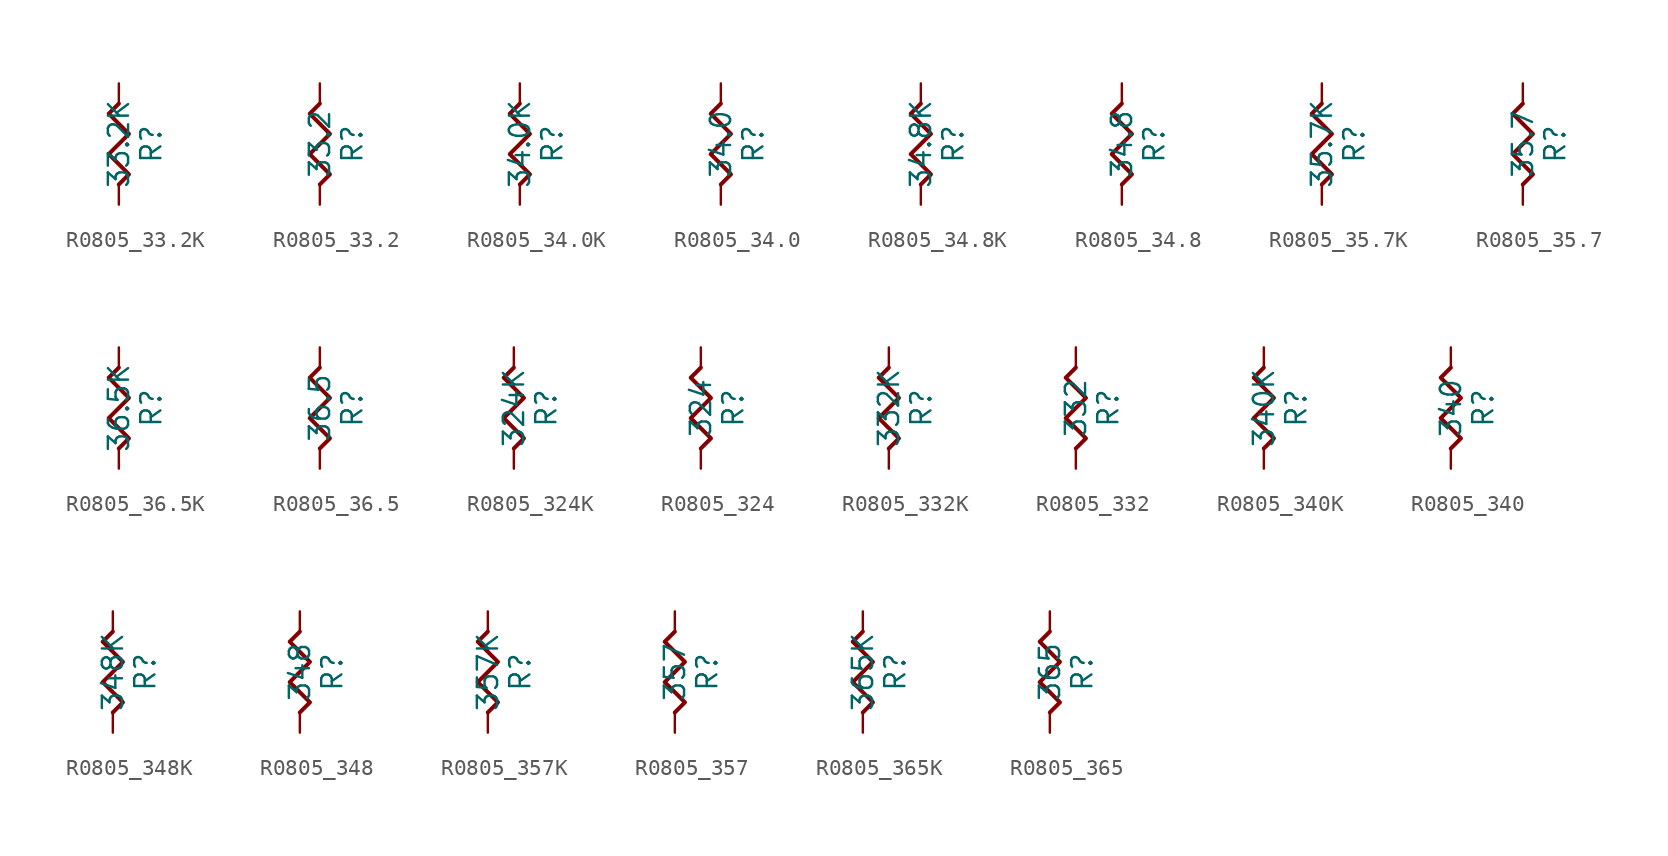
<source format=kicad_sym>
(kicad_symbol_lib
  (version 20211014)
  (generator atlantix-eda)
  (symbol "R0805_33.2K"
    (pin_numbers hide)
    (pin_names
      (offset 0))
    (property "Reference" "R"
      (at 2.032 0 90)
      (effects (font (size 1.27 1.27))))
    (property "Value" "33.2K"
      (at 0 0 90)
      (effects (font (size 1.27 1.27))))
    (symbol "R0805_33.2K_0_1"
      (polyline (pts (xy 0 -2.54) (xy 0.635 -1.905) (xy -0.635 -0.635) (xy 0.635 0.635) (xy -0.635 1.905) (xy 0 2.54)) (stroke (width 0.254) (type default) (color 0 0 0 0)) (fill (type none))))
    (symbol "R0805_33.2K_1_1"
      (pin passive line (at 0 3.81 270) (length 1.27) (name "~" (effects (font (size 1.27 1.27)))) (number "1" (effects (font (size 1.27 1.27)))))
      (pin passive line (at 0 -3.81 90) (length 1.27) (name "~" (effects (font (size 1.27 1.27)))) (number "2" (effects (font (size 1.27 1.27)))))))
  (symbol "R0805_33.2"
    (pin_numbers hide)
    (pin_names
      (offset 0))
    (property "Reference" "R"
      (at 2.032 0 90)
      (effects (font (size 1.27 1.27))))
    (property "Value" "33.2"
      (at 0 0 90)
      (effects (font (size 1.27 1.27))))
    (symbol "R0805_33.2_0_1"
      (polyline (pts (xy 0 -2.54) (xy 0.635 -1.905) (xy -0.635 -0.635) (xy 0.635 0.635) (xy -0.635 1.905) (xy 0 2.54)) (stroke (width 0.254) (type default) (color 0 0 0 0)) (fill (type none))))
    (symbol "R0805_33.2_1_1"
      (pin passive line (at 0 3.81 270) (length 1.27) (name "~" (effects (font (size 1.27 1.27)))) (number "1" (effects (font (size 1.27 1.27)))))
      (pin passive line (at 0 -3.81 90) (length 1.27) (name "~" (effects (font (size 1.27 1.27)))) (number "2" (effects (font (size 1.27 1.27)))))))
  (symbol "R0805_34.0K"
    (pin_numbers hide)
    (pin_names
      (offset 0))
    (property "Reference" "R"
      (at 2.032 0 90)
      (effects (font (size 1.27 1.27))))
    (property "Value" "34.0K"
      (at 0 0 90)
      (effects (font (size 1.27 1.27))))
    (symbol "R0805_34.0K_0_1"
      (polyline (pts (xy 0 -2.54) (xy 0.635 -1.905) (xy -0.635 -0.635) (xy 0.635 0.635) (xy -0.635 1.905) (xy 0 2.54)) (stroke (width 0.254) (type default) (color 0 0 0 0)) (fill (type none))))
    (symbol "R0805_34.0K_1_1"
      (pin passive line (at 0 3.81 270) (length 1.27) (name "~" (effects (font (size 1.27 1.27)))) (number "1" (effects (font (size 1.27 1.27)))))
      (pin passive line (at 0 -3.81 90) (length 1.27) (name "~" (effects (font (size 1.27 1.27)))) (number "2" (effects (font (size 1.27 1.27)))))))
  (symbol "R0805_34.0"
    (pin_numbers hide)
    (pin_names
      (offset 0))
    (property "Reference" "R"
      (at 2.032 0 90)
      (effects (font (size 1.27 1.27))))
    (property "Value" "34.0"
      (at 0 0 90)
      (effects (font (size 1.27 1.27))))
    (symbol "R0805_34.0_0_1"
      (polyline (pts (xy 0 -2.54) (xy 0.635 -1.905) (xy -0.635 -0.635) (xy 0.635 0.635) (xy -0.635 1.905) (xy 0 2.54)) (stroke (width 0.254) (type default) (color 0 0 0 0)) (fill (type none))))
    (symbol "R0805_34.0_1_1"
      (pin passive line (at 0 3.81 270) (length 1.27) (name "~" (effects (font (size 1.27 1.27)))) (number "1" (effects (font (size 1.27 1.27)))))
      (pin passive line (at 0 -3.81 90) (length 1.27) (name "~" (effects (font (size 1.27 1.27)))) (number "2" (effects (font (size 1.27 1.27)))))))
  (symbol "R0805_34.8K"
    (pin_numbers hide)
    (pin_names
      (offset 0))
    (property "Reference" "R"
      (at 2.032 0 90)
      (effects (font (size 1.27 1.27))))
    (property "Value" "34.8K"
      (at 0 0 90)
      (effects (font (size 1.27 1.27))))
    (symbol "R0805_34.8K_0_1"
      (polyline (pts (xy 0 -2.54) (xy 0.635 -1.905) (xy -0.635 -0.635) (xy 0.635 0.635) (xy -0.635 1.905) (xy 0 2.54)) (stroke (width 0.254) (type default) (color 0 0 0 0)) (fill (type none))))
    (symbol "R0805_34.8K_1_1"
      (pin passive line (at 0 3.81 270) (length 1.27) (name "~" (effects (font (size 1.27 1.27)))) (number "1" (effects (font (size 1.27 1.27)))))
      (pin passive line (at 0 -3.81 90) (length 1.27) (name "~" (effects (font (size 1.27 1.27)))) (number "2" (effects (font (size 1.27 1.27)))))))
  (symbol "R0805_34.8"
    (pin_numbers hide)
    (pin_names
      (offset 0))
    (property "Reference" "R"
      (at 2.032 0 90)
      (effects (font (size 1.27 1.27))))
    (property "Value" "34.8"
      (at 0 0 90)
      (effects (font (size 1.27 1.27))))
    (symbol "R0805_34.8_0_1"
      (polyline (pts (xy 0 -2.54) (xy 0.635 -1.905) (xy -0.635 -0.635) (xy 0.635 0.635) (xy -0.635 1.905) (xy 0 2.54)) (stroke (width 0.254) (type default) (color 0 0 0 0)) (fill (type none))))
    (symbol "R0805_34.8_1_1"
      (pin passive line (at 0 3.81 270) (length 1.27) (name "~" (effects (font (size 1.27 1.27)))) (number "1" (effects (font (size 1.27 1.27)))))
      (pin passive line (at 0 -3.81 90) (length 1.27) (name "~" (effects (font (size 1.27 1.27)))) (number "2" (effects (font (size 1.27 1.27)))))))
  (symbol "R0805_35.7K"
    (pin_numbers hide)
    (pin_names
      (offset 0))
    (property "Reference" "R"
      (at 2.032 0 90)
      (effects (font (size 1.27 1.27))))
    (property "Value" "35.7K"
      (at 0 0 90)
      (effects (font (size 1.27 1.27))))
    (symbol "R0805_35.7K_0_1"
      (polyline (pts (xy 0 -2.54) (xy 0.635 -1.905) (xy -0.635 -0.635) (xy 0.635 0.635) (xy -0.635 1.905) (xy 0 2.54)) (stroke (width 0.254) (type default) (color 0 0 0 0)) (fill (type none))))
    (symbol "R0805_35.7K_1_1"
      (pin passive line (at 0 3.81 270) (length 1.27) (name "~" (effects (font (size 1.27 1.27)))) (number "1" (effects (font (size 1.27 1.27)))))
      (pin passive line (at 0 -3.81 90) (length 1.27) (name "~" (effects (font (size 1.27 1.27)))) (number "2" (effects (font (size 1.27 1.27)))))))
  (symbol "R0805_35.7"
    (pin_numbers hide)
    (pin_names
      (offset 0))
    (property "Reference" "R"
      (at 2.032 0 90)
      (effects (font (size 1.27 1.27))))
    (property "Value" "35.7"
      (at 0 0 90)
      (effects (font (size 1.27 1.27))))
    (symbol "R0805_35.7_0_1"
      (polyline (pts (xy 0 -2.54) (xy 0.635 -1.905) (xy -0.635 -0.635) (xy 0.635 0.635) (xy -0.635 1.905) (xy 0 2.54)) (stroke (width 0.254) (type default) (color 0 0 0 0)) (fill (type none))))
    (symbol "R0805_35.7_1_1"
      (pin passive line (at 0 3.81 270) (length 1.27) (name "~" (effects (font (size 1.27 1.27)))) (number "1" (effects (font (size 1.27 1.27)))))
      (pin passive line (at 0 -3.81 90) (length 1.27) (name "~" (effects (font (size 1.27 1.27)))) (number "2" (effects (font (size 1.27 1.27)))))))
  (symbol "R0805_36.5K"
    (pin_numbers hide)
    (pin_names
      (offset 0))
    (property "Reference" "R"
      (at 2.032 0 90)
      (effects (font (size 1.27 1.27))))
    (property "Value" "36.5K"
      (at 0 0 90)
      (effects (font (size 1.27 1.27))))
    (symbol "R0805_36.5K_0_1"
      (polyline (pts (xy 0 -2.54) (xy 0.635 -1.905) (xy -0.635 -0.635) (xy 0.635 0.635) (xy -0.635 1.905) (xy 0 2.54)) (stroke (width 0.254) (type default) (color 0 0 0 0)) (fill (type none))))
    (symbol "R0805_36.5K_1_1"
      (pin passive line (at 0 3.81 270) (length 1.27) (name "~" (effects (font (size 1.27 1.27)))) (number "1" (effects (font (size 1.27 1.27)))))
      (pin passive line (at 0 -3.81 90) (length 1.27) (name "~" (effects (font (size 1.27 1.27)))) (number "2" (effects (font (size 1.27 1.27)))))))
  (symbol "R0805_36.5"
    (pin_numbers hide)
    (pin_names
      (offset 0))
    (property "Reference" "R"
      (at 2.032 0 90)
      (effects (font (size 1.27 1.27))))
    (property "Value" "36.5"
      (at 0 0 90)
      (effects (font (size 1.27 1.27))))
    (symbol "R0805_36.5_0_1"
      (polyline (pts (xy 0 -2.54) (xy 0.635 -1.905) (xy -0.635 -0.635) (xy 0.635 0.635) (xy -0.635 1.905) (xy 0 2.54)) (stroke (width 0.254) (type default) (color 0 0 0 0)) (fill (type none))))
    (symbol "R0805_36.5_1_1"
      (pin passive line (at 0 3.81 270) (length 1.27) (name "~" (effects (font (size 1.27 1.27)))) (number "1" (effects (font (size 1.27 1.27)))))
      (pin passive line (at 0 -3.81 90) (length 1.27) (name "~" (effects (font (size 1.27 1.27)))) (number "2" (effects (font (size 1.27 1.27)))))))
  (symbol "R0805_324K"
    (pin_numbers hide)
    (pin_names
      (offset 0))
    (property "Reference" "R"
      (at 2.032 0 90)
      (effects (font (size 1.27 1.27))))
    (property "Value" "324K"
      (at 0 0 90)
      (effects (font (size 1.27 1.27))))
    (symbol "R0805_324K_0_1"
      (polyline (pts (xy 0 -2.54) (xy 0.635 -1.905) (xy -0.635 -0.635) (xy 0.635 0.635) (xy -0.635 1.905) (xy 0 2.54)) (stroke (width 0.254) (type default) (color 0 0 0 0)) (fill (type none))))
    (symbol "R0805_324K_1_1"
      (pin passive line (at 0 3.81 270) (length 1.27) (name "~" (effects (font (size 1.27 1.27)))) (number "1" (effects (font (size 1.27 1.27)))))
      (pin passive line (at 0 -3.81 90) (length 1.27) (name "~" (effects (font (size 1.27 1.27)))) (number "2" (effects (font (size 1.27 1.27)))))))
  (symbol "R0805_324"
    (pin_numbers hide)
    (pin_names
      (offset 0))
    (property "Reference" "R"
      (at 2.032 0 90)
      (effects (font (size 1.27 1.27))))
    (property "Value" "324"
      (at 0 0 90)
      (effects (font (size 1.27 1.27))))
    (symbol "R0805_324_0_1"
      (polyline (pts (xy 0 -2.54) (xy 0.635 -1.905) (xy -0.635 -0.635) (xy 0.635 0.635) (xy -0.635 1.905) (xy 0 2.54)) (stroke (width 0.254) (type default) (color 0 0 0 0)) (fill (type none))))
    (symbol "R0805_324_1_1"
      (pin passive line (at 0 3.81 270) (length 1.27) (name "~" (effects (font (size 1.27 1.27)))) (number "1" (effects (font (size 1.27 1.27)))))
      (pin passive line (at 0 -3.81 90) (length 1.27) (name "~" (effects (font (size 1.27 1.27)))) (number "2" (effects (font (size 1.27 1.27)))))))
  (symbol "R0805_332K"
    (pin_numbers hide)
    (pin_names
      (offset 0))
    (property "Reference" "R"
      (at 2.032 0 90)
      (effects (font (size 1.27 1.27))))
    (property "Value" "332K"
      (at 0 0 90)
      (effects (font (size 1.27 1.27))))
    (symbol "R0805_332K_0_1"
      (polyline (pts (xy 0 -2.54) (xy 0.635 -1.905) (xy -0.635 -0.635) (xy 0.635 0.635) (xy -0.635 1.905) (xy 0 2.54)) (stroke (width 0.254) (type default) (color 0 0 0 0)) (fill (type none))))
    (symbol "R0805_332K_1_1"
      (pin passive line (at 0 3.81 270) (length 1.27) (name "~" (effects (font (size 1.27 1.27)))) (number "1" (effects (font (size 1.27 1.27)))))
      (pin passive line (at 0 -3.81 90) (length 1.27) (name "~" (effects (font (size 1.27 1.27)))) (number "2" (effects (font (size 1.27 1.27)))))))
  (symbol "R0805_332"
    (pin_numbers hide)
    (pin_names
      (offset 0))
    (property "Reference" "R"
      (at 2.032 0 90)
      (effects (font (size 1.27 1.27))))
    (property "Value" "332"
      (at 0 0 90)
      (effects (font (size 1.27 1.27))))
    (symbol "R0805_332_0_1"
      (polyline (pts (xy 0 -2.54) (xy 0.635 -1.905) (xy -0.635 -0.635) (xy 0.635 0.635) (xy -0.635 1.905) (xy 0 2.54)) (stroke (width 0.254) (type default) (color 0 0 0 0)) (fill (type none))))
    (symbol "R0805_332_1_1"
      (pin passive line (at 0 3.81 270) (length 1.27) (name "~" (effects (font (size 1.27 1.27)))) (number "1" (effects (font (size 1.27 1.27)))))
      (pin passive line (at 0 -3.81 90) (length 1.27) (name "~" (effects (font (size 1.27 1.27)))) (number "2" (effects (font (size 1.27 1.27)))))))
  (symbol "R0805_340K"
    (pin_numbers hide)
    (pin_names
      (offset 0))
    (property "Reference" "R"
      (at 2.032 0 90)
      (effects (font (size 1.27 1.27))))
    (property "Value" "340K"
      (at 0 0 90)
      (effects (font (size 1.27 1.27))))
    (symbol "R0805_340K_0_1"
      (polyline (pts (xy 0 -2.54) (xy 0.635 -1.905) (xy -0.635 -0.635) (xy 0.635 0.635) (xy -0.635 1.905) (xy 0 2.54)) (stroke (width 0.254) (type default) (color 0 0 0 0)) (fill (type none))))
    (symbol "R0805_340K_1_1"
      (pin passive line (at 0 3.81 270) (length 1.27) (name "~" (effects (font (size 1.27 1.27)))) (number "1" (effects (font (size 1.27 1.27)))))
      (pin passive line (at 0 -3.81 90) (length 1.27) (name "~" (effects (font (size 1.27 1.27)))) (number "2" (effects (font (size 1.27 1.27)))))))
  (symbol "R0805_340"
    (pin_numbers hide)
    (pin_names
      (offset 0))
    (property "Reference" "R"
      (at 2.032 0 90)
      (effects (font (size 1.27 1.27))))
    (property "Value" "340"
      (at 0 0 90)
      (effects (font (size 1.27 1.27))))
    (symbol "R0805_340_0_1"
      (polyline (pts (xy 0 -2.54) (xy 0.635 -1.905) (xy -0.635 -0.635) (xy 0.635 0.635) (xy -0.635 1.905) (xy 0 2.54)) (stroke (width 0.254) (type default) (color 0 0 0 0)) (fill (type none))))
    (symbol "R0805_340_1_1"
      (pin passive line (at 0 3.81 270) (length 1.27) (name "~" (effects (font (size 1.27 1.27)))) (number "1" (effects (font (size 1.27 1.27)))))
      (pin passive line (at 0 -3.81 90) (length 1.27) (name "~" (effects (font (size 1.27 1.27)))) (number "2" (effects (font (size 1.27 1.27)))))))
  (symbol "R0805_348K"
    (pin_numbers hide)
    (pin_names
      (offset 0))
    (property "Reference" "R"
      (at 2.032 0 90)
      (effects (font (size 1.27 1.27))))
    (property "Value" "348K"
      (at 0 0 90)
      (effects (font (size 1.27 1.27))))
    (symbol "R0805_348K_0_1"
      (polyline (pts (xy 0 -2.54) (xy 0.635 -1.905) (xy -0.635 -0.635) (xy 0.635 0.635) (xy -0.635 1.905) (xy 0 2.54)) (stroke (width 0.254) (type default) (color 0 0 0 0)) (fill (type none))))
    (symbol "R0805_348K_1_1"
      (pin passive line (at 0 3.81 270) (length 1.27) (name "~" (effects (font (size 1.27 1.27)))) (number "1" (effects (font (size 1.27 1.27)))))
      (pin passive line (at 0 -3.81 90) (length 1.27) (name "~" (effects (font (size 1.27 1.27)))) (number "2" (effects (font (size 1.27 1.27)))))))
  (symbol "R0805_348"
    (pin_numbers hide)
    (pin_names
      (offset 0))
    (property "Reference" "R"
      (at 2.032 0 90)
      (effects (font (size 1.27 1.27))))
    (property "Value" "348"
      (at 0 0 90)
      (effects (font (size 1.27 1.27))))
    (symbol "R0805_348_0_1"
      (polyline (pts (xy 0 -2.54) (xy 0.635 -1.905) (xy -0.635 -0.635) (xy 0.635 0.635) (xy -0.635 1.905) (xy 0 2.54)) (stroke (width 0.254) (type default) (color 0 0 0 0)) (fill (type none))))
    (symbol "R0805_348_1_1"
      (pin passive line (at 0 3.81 270) (length 1.27) (name "~" (effects (font (size 1.27 1.27)))) (number "1" (effects (font (size 1.27 1.27)))))
      (pin passive line (at 0 -3.81 90) (length 1.27) (name "~" (effects (font (size 1.27 1.27)))) (number "2" (effects (font (size 1.27 1.27)))))))
  (symbol "R0805_357K"
    (pin_numbers hide)
    (pin_names
      (offset 0))
    (property "Reference" "R"
      (at 2.032 0 90)
      (effects (font (size 1.27 1.27))))
    (property "Value" "357K"
      (at 0 0 90)
      (effects (font (size 1.27 1.27))))
    (symbol "R0805_357K_0_1"
      (polyline (pts (xy 0 -2.54) (xy 0.635 -1.905) (xy -0.635 -0.635) (xy 0.635 0.635) (xy -0.635 1.905) (xy 0 2.54)) (stroke (width 0.254) (type default) (color 0 0 0 0)) (fill (type none))))
    (symbol "R0805_357K_1_1"
      (pin passive line (at 0 3.81 270) (length 1.27) (name "~" (effects (font (size 1.27 1.27)))) (number "1" (effects (font (size 1.27 1.27)))))
      (pin passive line (at 0 -3.81 90) (length 1.27) (name "~" (effects (font (size 1.27 1.27)))) (number "2" (effects (font (size 1.27 1.27)))))))
  (symbol "R0805_357"
    (pin_numbers hide)
    (pin_names
      (offset 0))
    (property "Reference" "R"
      (at 2.032 0 90)
      (effects (font (size 1.27 1.27))))
    (property "Value" "357"
      (at 0 0 90)
      (effects (font (size 1.27 1.27))))
    (symbol "R0805_357_0_1"
      (polyline (pts (xy 0 -2.54) (xy 0.635 -1.905) (xy -0.635 -0.635) (xy 0.635 0.635) (xy -0.635 1.905) (xy 0 2.54)) (stroke (width 0.254) (type default) (color 0 0 0 0)) (fill (type none))))
    (symbol "R0805_357_1_1"
      (pin passive line (at 0 3.81 270) (length 1.27) (name "~" (effects (font (size 1.27 1.27)))) (number "1" (effects (font (size 1.27 1.27)))))
      (pin passive line (at 0 -3.81 90) (length 1.27) (name "~" (effects (font (size 1.27 1.27)))) (number "2" (effects (font (size 1.27 1.27)))))))
  (symbol "R0805_365K"
    (pin_numbers hide)
    (pin_names
      (offset 0))
    (property "Reference" "R"
      (at 2.032 0 90)
      (effects (font (size 1.27 1.27))))
    (property "Value" "365K"
      (at 0 0 90)
      (effects (font (size 1.27 1.27))))
    (symbol "R0805_365K_0_1"
      (polyline (pts (xy 0 -2.54) (xy 0.635 -1.905) (xy -0.635 -0.635) (xy 0.635 0.635) (xy -0.635 1.905) (xy 0 2.54)) (stroke (width 0.254) (type default) (color 0 0 0 0)) (fill (type none))))
    (symbol "R0805_365K_1_1"
      (pin passive line (at 0 3.81 270) (length 1.27) (name "~" (effects (font (size 1.27 1.27)))) (number "1" (effects (font (size 1.27 1.27)))))
      (pin passive line (at 0 -3.81 90) (length 1.27) (name "~" (effects (font (size 1.27 1.27)))) (number "2" (effects (font (size 1.27 1.27)))))))
  (symbol "R0805_365"
    (pin_numbers hide)
    (pin_names
      (offset 0))
    (property "Reference" "R"
      (at 2.032 0 90)
      (effects (font (size 1.27 1.27))))
    (property "Value" "365"
      (at 0 0 90)
      (effects (font (size 1.27 1.27))))
    (symbol "R0805_365_0_1"
      (polyline (pts (xy 0 -2.54) (xy 0.635 -1.905) (xy -0.635 -0.635) (xy 0.635 0.635) (xy -0.635 1.905) (xy 0 2.54)) (stroke (width 0.254) (type default) (color 0 0 0 0)) (fill (type none))))
    (symbol "R0805_365_1_1"
      (pin passive line (at 0 3.81 270) (length 1.27) (name "~" (effects (font (size 1.27 1.27)))) (number "1" (effects (font (size 1.27 1.27)))))
      (pin passive line (at 0 -3.81 90) (length 1.27) (name "~" (effects (font (size 1.27 1.27)))) (number "2" (effects (font (size 1.27 1.27))))))))
</source>
